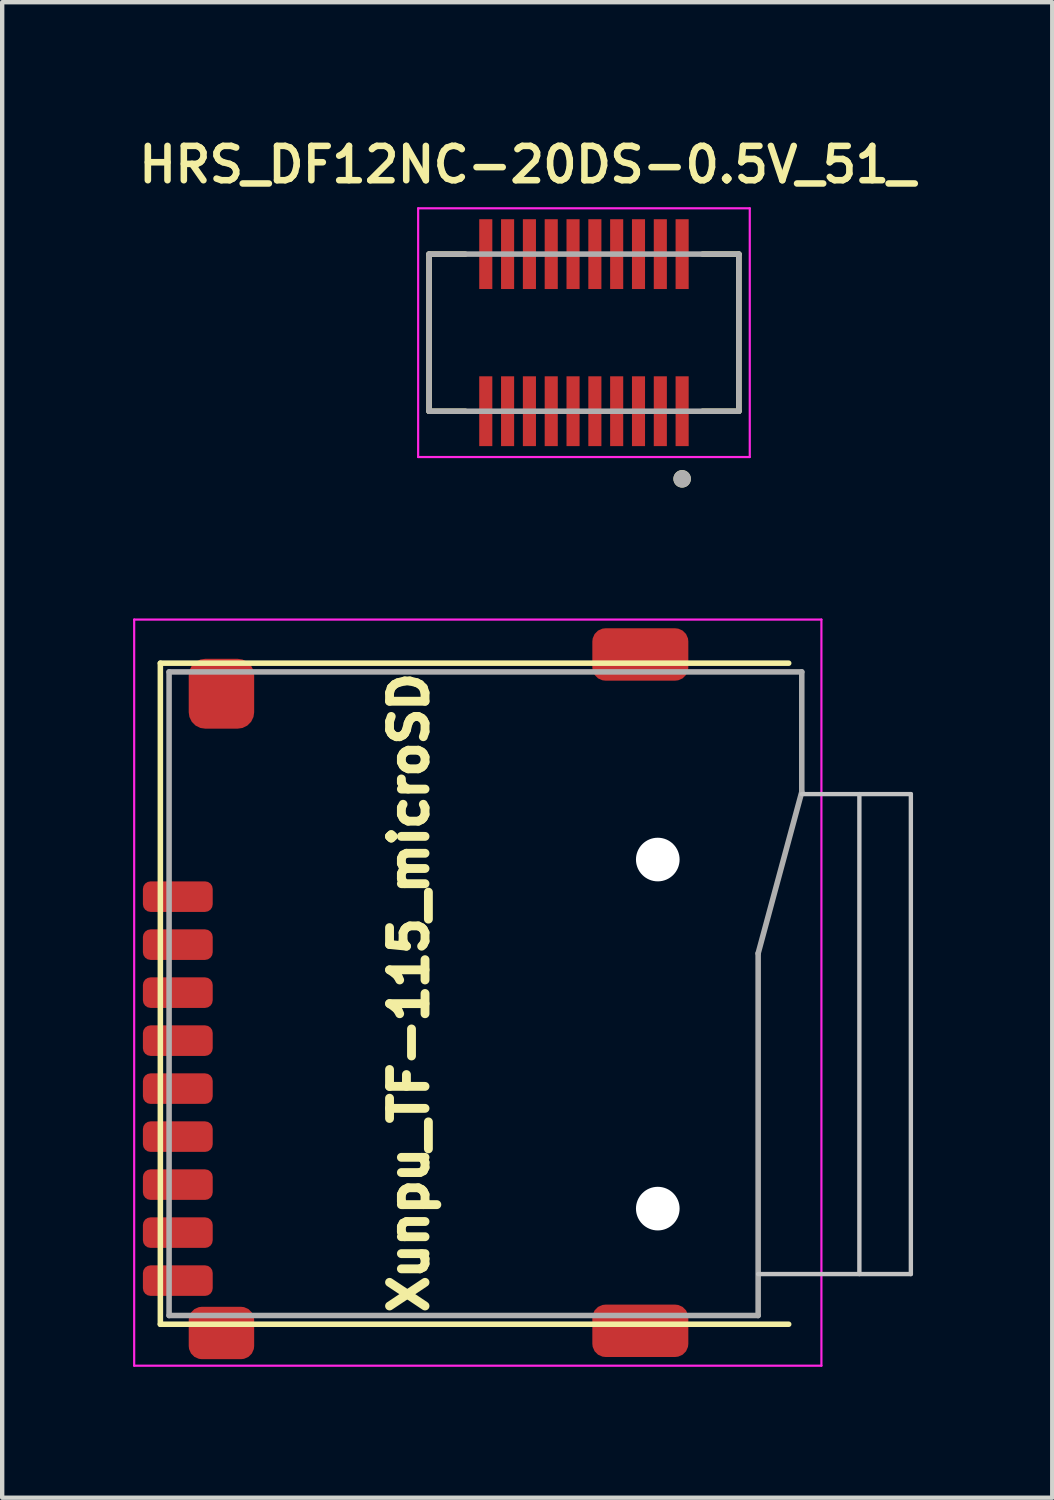
<source format=kicad_pcb>
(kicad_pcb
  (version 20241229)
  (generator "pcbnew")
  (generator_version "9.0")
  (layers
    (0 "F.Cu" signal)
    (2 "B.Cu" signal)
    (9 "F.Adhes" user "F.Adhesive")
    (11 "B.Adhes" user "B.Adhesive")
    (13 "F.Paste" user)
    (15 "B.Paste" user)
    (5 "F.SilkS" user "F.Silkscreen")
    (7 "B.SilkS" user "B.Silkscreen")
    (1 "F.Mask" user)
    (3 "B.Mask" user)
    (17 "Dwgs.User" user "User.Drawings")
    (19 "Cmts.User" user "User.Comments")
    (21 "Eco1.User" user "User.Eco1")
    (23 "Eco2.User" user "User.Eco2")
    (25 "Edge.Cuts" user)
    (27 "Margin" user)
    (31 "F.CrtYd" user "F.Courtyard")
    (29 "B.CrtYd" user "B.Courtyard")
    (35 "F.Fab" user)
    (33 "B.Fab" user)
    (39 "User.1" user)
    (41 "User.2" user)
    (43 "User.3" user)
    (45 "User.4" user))
  (footprint "HRS_DF12NC-20DS-0.5V_51_"
    (layer "F.Cu")
    (at 10.333 4.574)
    (property "Reference" "HRS_DF12NC-20DS-0.5V_51_" (at -1.3 -3.85 0) (layer "F.SilkS") (effects (font (size 0.787 0.787) (thickness 0.15))))
    (attr smd)
    (fp_poly (pts (xy -2.45 -2.65) (xy -2.05 -2.65) (xy -2.05 -0.95) (xy -2.45 -0.95)) (stroke (width 0.01) (type solid)) (fill yes) (layer "F.Mask"))
    (fp_poly (pts (xy -2.45 0.95) (xy -2.05 0.95) (xy -2.05 2.65) (xy -2.45 2.65)) (stroke (width 0.01) (type solid)) (fill yes) (layer "F.Mask"))
    (fp_poly (pts (xy -1.95 -2.65) (xy -1.55 -2.65) (xy -1.55 -0.95) (xy -1.95 -0.95)) (stroke (width 0.01) (type solid)) (fill yes) (layer "F.Mask"))
    (fp_poly (pts (xy -1.95 0.95) (xy -1.55 0.95) (xy -1.55 2.65) (xy -1.95 2.65)) (stroke (width 0.01) (type solid)) (fill yes) (layer "F.Mask"))
    (fp_poly (pts (xy -1.45 -2.65) (xy -1.05 -2.65) (xy -1.05 -0.95) (xy -1.45 -0.95)) (stroke (width 0.01) (type solid)) (fill yes) (layer "F.Mask"))
    (fp_poly (pts (xy -1.45 0.95) (xy -1.05 0.95) (xy -1.05 2.65) (xy -1.45 2.65)) (stroke (width 0.01) (type solid)) (fill yes) (layer "F.Mask"))
    (fp_poly (pts (xy -0.95 -2.65) (xy -0.55 -2.65) (xy -0.55 -0.95) (xy -0.95 -0.95)) (stroke (width 0.01) (type solid)) (fill yes) (layer "F.Mask"))
    (fp_poly (pts (xy -0.95 0.95) (xy -0.55 0.95) (xy -0.55 2.65) (xy -0.95 2.65)) (stroke (width 0.01) (type solid)) (fill yes) (layer "F.Mask"))
    (fp_poly (pts (xy -0.45 -2.65) (xy -0.05 -2.65) (xy -0.05 -0.95) (xy -0.45 -0.95)) (stroke (width 0.01) (type solid)) (fill yes) (layer "F.Mask"))
    (fp_poly (pts (xy -0.45 0.95) (xy -0.05 0.95) (xy -0.05 2.65) (xy -0.45 2.65)) (stroke (width 0.01) (type solid)) (fill yes) (layer "F.Mask"))
    (fp_poly (pts (xy 0.05 -2.65) (xy 0.45 -2.65) (xy 0.45 -0.95) (xy 0.05 -0.95)) (stroke (width 0.01) (type solid)) (fill yes) (layer "F.Mask"))
    (fp_poly (pts (xy 0.05 0.95) (xy 0.45 0.95) (xy 0.45 2.65) (xy 0.05 2.65)) (stroke (width 0.01) (type solid)) (fill yes) (layer "F.Mask"))
    (fp_poly (pts (xy 0.55 -2.65) (xy 0.95 -2.65) (xy 0.95 -0.95) (xy 0.55 -0.95)) (stroke (width 0.01) (type solid)) (fill yes) (layer "F.Mask"))
    (fp_poly (pts (xy 0.55 0.95) (xy 0.95 0.95) (xy 0.95 2.65) (xy 0.55 2.65)) (stroke (width 0.01) (type solid)) (fill yes) (layer "F.Mask"))
    (fp_poly (pts (xy 1.05 -2.65) (xy 1.45 -2.65) (xy 1.45 -0.95) (xy 1.05 -0.95)) (stroke (width 0.01) (type solid)) (fill yes) (layer "F.Mask"))
    (fp_poly (pts (xy 1.05 0.95) (xy 1.45 0.95) (xy 1.45 2.65) (xy 1.05 2.65)) (stroke (width 0.01) (type solid)) (fill yes) (layer "F.Mask"))
    (fp_poly (pts (xy 1.55 -2.65) (xy 1.95 -2.65) (xy 1.95 -0.95) (xy 1.55 -0.95)) (stroke (width 0.01) (type solid)) (fill yes) (layer "F.Mask"))
    (fp_poly (pts (xy 1.55 0.95) (xy 1.95 0.95) (xy 1.95 2.65) (xy 1.55 2.65)) (stroke (width 0.01) (type solid)) (fill yes) (layer "F.Mask"))
    (fp_poly (pts (xy 2.05 -2.65) (xy 2.45 -2.65) (xy 2.45 -0.95) (xy 2.05 -0.95)) (stroke (width 0.01) (type solid)) (fill yes) (layer "F.Mask"))
    (fp_poly (pts (xy 2.05 0.95) (xy 2.45 0.95) (xy 2.45 2.65) (xy 2.05 2.65)) (stroke (width 0.01) (type solid)) (fill yes) (layer "F.Mask"))
    (fp_line (start -3.55 -1.8) (end -3.55 1.8) (stroke (width 0.127) (type solid)) (layer "F.SilkS"))
    (fp_line (start -3.55 1.8) (end -2.72 1.8) (stroke (width 0.127) (type solid)) (layer "F.SilkS"))
    (fp_line (start -2.72 -1.8) (end -3.55 -1.8) (stroke (width 0.127) (type solid)) (layer "F.SilkS"))
    (fp_line (start 2.72 1.8) (end 3.55 1.8) (stroke (width 0.127) (type solid)) (layer "F.SilkS"))
    (fp_line (start 3.55 -1.8) (end 2.72 -1.8) (stroke (width 0.127) (type solid)) (layer "F.SilkS"))
    (fp_line (start 3.55 1.8) (end 3.55 -1.8) (stroke (width 0.127) (type solid)) (layer "F.SilkS"))
    (fp_circle (center 2.25 3.35) (end 2.35 3.35) (stroke (width 0.2) (type solid)) (fill no) (layer "F.SilkS"))
    (fp_poly (pts (xy -2.39 -2.6) (xy -2.11 -2.6) (xy -2.11 -1.4) (xy -2.39 -1.4)) (stroke (width 0.01) (type solid)) (fill yes) (layer "F.Paste"))
    (fp_poly (pts (xy -2.39 1.4) (xy -2.11 1.4) (xy -2.11 2.6) (xy -2.39 2.6)) (stroke (width 0.01) (type solid)) (fill yes) (layer "F.Paste"))
    (fp_poly (pts (xy -1.89 -2.6) (xy -1.61 -2.6) (xy -1.61 -1.4) (xy -1.89 -1.4)) (stroke (width 0.01) (type solid)) (fill yes) (layer "F.Paste"))
    (fp_poly (pts (xy -1.89 1.4) (xy -1.61 1.4) (xy -1.61 2.6) (xy -1.89 2.6)) (stroke (width 0.01) (type solid)) (fill yes) (layer "F.Paste"))
    (fp_poly (pts (xy -1.39 -2.6) (xy -1.11 -2.6) (xy -1.11 -1.4) (xy -1.39 -1.4)) (stroke (width 0.01) (type solid)) (fill yes) (layer "F.Paste"))
    (fp_poly (pts (xy -1.39 1.4) (xy -1.11 1.4) (xy -1.11 2.6) (xy -1.39 2.6)) (stroke (width 0.01) (type solid)) (fill yes) (layer "F.Paste"))
    (fp_poly (pts (xy -0.89 -2.6) (xy -0.61 -2.6) (xy -0.61 -1.4) (xy -0.89 -1.4)) (stroke (width 0.01) (type solid)) (fill yes) (layer "F.Paste"))
    (fp_poly (pts (xy -0.89 1.4) (xy -0.61 1.4) (xy -0.61 2.6) (xy -0.89 2.6)) (stroke (width 0.01) (type solid)) (fill yes) (layer "F.Paste"))
    (fp_poly (pts (xy -0.39 -2.6) (xy -0.11 -2.6) (xy -0.11 -1.4) (xy -0.39 -1.4)) (stroke (width 0.01) (type solid)) (fill yes) (layer "F.Paste"))
    (fp_poly (pts (xy -0.39 1.4) (xy -0.11 1.4) (xy -0.11 2.6) (xy -0.39 2.6)) (stroke (width 0.01) (type solid)) (fill yes) (layer "F.Paste"))
    (fp_poly (pts (xy 0.11 -2.6) (xy 0.39 -2.6) (xy 0.39 -1.4) (xy 0.11 -1.4)) (stroke (width 0.01) (type solid)) (fill yes) (layer "F.Paste"))
    (fp_poly (pts (xy 0.11 1.4) (xy 0.39 1.4) (xy 0.39 2.6) (xy 0.11 2.6)) (stroke (width 0.01) (type solid)) (fill yes) (layer "F.Paste"))
    (fp_poly (pts (xy 0.61 -2.6) (xy 0.89 -2.6) (xy 0.89 -1.4) (xy 0.61 -1.4)) (stroke (width 0.01) (type solid)) (fill yes) (layer "F.Paste"))
    (fp_poly (pts (xy 0.61 1.4) (xy 0.89 1.4) (xy 0.89 2.6) (xy 0.61 2.6)) (stroke (width 0.01) (type solid)) (fill yes) (layer "F.Paste"))
    (fp_poly (pts (xy 1.11 -2.6) (xy 1.39 -2.6) (xy 1.39 -1.4) (xy 1.11 -1.4)) (stroke (width 0.01) (type solid)) (fill yes) (layer "F.Paste"))
    (fp_poly (pts (xy 1.11 1.4) (xy 1.39 1.4) (xy 1.39 2.6) (xy 1.11 2.6)) (stroke (width 0.01) (type solid)) (fill yes) (layer "F.Paste"))
    (fp_poly (pts (xy 1.61 -2.6) (xy 1.89 -2.6) (xy 1.89 -1.4) (xy 1.61 -1.4)) (stroke (width 0.01) (type solid)) (fill yes) (layer "F.Paste"))
    (fp_poly (pts (xy 1.61 1.4) (xy 1.89 1.4) (xy 1.89 2.6) (xy 1.61 2.6)) (stroke (width 0.01) (type solid)) (fill yes) (layer "F.Paste"))
    (fp_poly (pts (xy 2.11 -2.6) (xy 2.39 -2.6) (xy 2.39 -1.4) (xy 2.11 -1.4)) (stroke (width 0.01) (type solid)) (fill yes) (layer "F.Paste"))
    (fp_poly (pts (xy 2.11 1.4) (xy 2.39 1.4) (xy 2.39 2.6) (xy 2.11 2.6)) (stroke (width 0.01) (type solid)) (fill yes) (layer "F.Paste"))
    (fp_line (start -3.8 -2.85) (end -3.8 2.85) (stroke (width 0.05) (type solid)) (layer "F.CrtYd"))
    (fp_line (start -3.8 2.85) (end 3.8 2.85) (stroke (width 0.05) (type solid)) (layer "F.CrtYd"))
    (fp_line (start 3.8 -2.85) (end -3.8 -2.85) (stroke (width 0.05) (type solid)) (layer "F.CrtYd"))
    (fp_line (start 3.8 2.85) (end 3.8 -2.85) (stroke (width 0.05) (type solid)) (layer "F.CrtYd"))
    (fp_line (start -3.55 -1.8) (end -3.55 1.8) (stroke (width 0.127) (type solid)) (layer "F.Fab"))
    (fp_line (start -3.55 1.8) (end 3.55 1.8) (stroke (width 0.127) (type solid)) (layer "F.Fab"))
    (fp_line (start 3.55 -1.8) (end -3.55 -1.8) (stroke (width 0.127) (type solid)) (layer "F.Fab"))
    (fp_line (start 3.55 1.8) (end 3.55 -1.8) (stroke (width 0.127) (type solid)) (layer "F.Fab"))
    (fp_circle (center 2.25 3.35) (end 2.35 3.35) (stroke (width 0.2) (type solid)) (fill no) (layer "F.Fab"))
    (pad "1" smd rect (at 2.25 1.8) (size 0.3 1.6) (layers "F.Cu"))
    (pad "2" smd rect (at 2.25 -1.8) (size 0.3 1.6) (layers "F.Cu"))
    (pad "3" smd rect (at 1.75 1.8) (size 0.3 1.6) (layers "F.Cu"))
    (pad "4" smd rect (at 1.75 -1.8) (size 0.3 1.6) (layers "F.Cu"))
    (pad "5" smd rect (at 1.25 1.8) (size 0.3 1.6) (layers "F.Cu"))
    (pad "6" smd rect (at 1.25 -1.8) (size 0.3 1.6) (layers "F.Cu"))
    (pad "7" smd rect (at 0.75 1.8) (size 0.3 1.6) (layers "F.Cu"))
    (pad "8" smd rect (at 0.75 -1.8) (size 0.3 1.6) (layers "F.Cu"))
    (pad "9" smd rect (at 0.25 1.8) (size 0.3 1.6) (layers "F.Cu"))
    (pad "10" smd rect (at 0.25 -1.8) (size 0.3 1.6) (layers "F.Cu"))
    (pad "11" smd rect (at -0.25 1.8) (size 0.3 1.6) (layers "F.Cu"))
    (pad "12" smd rect (at -0.25 -1.8) (size 0.3 1.6) (layers "F.Cu"))
    (pad "13" smd rect (at -0.75 1.8) (size 0.3 1.6) (layers "F.Cu"))
    (pad "14" smd rect (at -0.75 -1.8) (size 0.3 1.6) (layers "F.Cu"))
    (pad "15" smd rect (at -1.25 1.8) (size 0.3 1.6) (layers "F.Cu"))
    (pad "16" smd rect (at -1.25 -1.8) (size 0.3 1.6) (layers "F.Cu"))
    (pad "17" smd rect (at -1.75 1.8) (size 0.3 1.6) (layers "F.Cu"))
    (pad "18" smd rect (at -1.75 -1.8) (size 0.3 1.6) (layers "F.Cu"))
    (pad "19" smd rect (at -2.25 1.8) (size 0.3 1.6) (layers "F.Cu"))
    (pad "20" smd rect (at -2.25 -1.8) (size 0.3 1.6) (layers "F.Cu"))
    (zone (net_name "") (layer "F.Cu") (hatch full 0.508) (connect_pads) (min_thickness 0.01) (filled_areas_thickness no) (keepout (tracks not_allowed) (vias not_allowed) (pads not_allowed) (copperpour not_allowed) (footprints allowed)) (placement (enabled no)) (fill) (polygon (pts (xy 7.933 3.574) (xy 12.733 3.574) (xy 12.733 5.574) (xy 7.933 5.574))))
    (zone (net_name "") (layers "F.Cu" "B.Cu") (hatch full 0.508) (connect_pads) (min_thickness 0.01) (filled_areas_thickness no) (keepout (tracks allowed) (vias not_allowed) (pads allowed) (copperpour allowed) (footprints allowed)) (placement (enabled no)) (fill) (polygon (pts (xy 7.933 3.574) (xy 12.733 3.574) (xy 12.733 5.574) (xy 7.933 5.574)))))
  (footprint "Xunpu_TF-115_microSD"
    (layer "F.Cu")
    (at 8.875 19.699)
    (property "Reference" "Xunpu_TF-115_microSD" (at -2.55 0 90) (layer "F.SilkS") (effects (font (size 0.813 0.813) (thickness 0.203))))
    (attr smd)
    (fp_line (start -8.25 -7.55) (end 6.15 -7.55) (stroke (width 0.127) (type solid)) (layer "F.SilkS"))
    (fp_line (start -8.25 7.6) (end -8.25 -7.55) (stroke (width 0.127) (type solid)) (layer "F.SilkS"))
    (fp_line (start -8.25 7.6) (end 6.15 7.6) (stroke (width 0.127) (type solid)) (layer "F.SilkS"))
    (fp_line (start 6.45 -4.55) (end 8.95 -4.55) (stroke (width 0.1) (type default)) (layer "Dwgs.User"))
    (fp_line (start 7.77 -4.55) (end 7.77 6.45) (stroke (width 0.1) (type default)) (layer "Dwgs.User"))
    (fp_line (start 8.95 6.45) (end 5.45 6.45) (stroke (width 0.1) (type default)) (layer "Dwgs.User"))
    (fp_line (start 8.95 6.45) (end 8.95 -4.55) (stroke (width 0.1) (type default)) (layer "Dwgs.User"))
    (fp_line (start -8.85 -8.55) (end -8.85 8.55) (stroke (width 0.05) (type solid)) (layer "F.CrtYd"))
    (fp_line (start -8.85 -8.55) (end 6.9 -8.55) (stroke (width 0.05) (type solid)) (layer "F.CrtYd"))
    (fp_line (start -8.85 8.55) (end 6.9 8.55) (stroke (width 0.05) (type solid)) (layer "F.CrtYd"))
    (fp_line (start 6.9 8.55) (end 6.9 -8.55) (stroke (width 0.05) (type solid)) (layer "F.CrtYd"))
    (fp_line (start -8.05 -7.35) (end 6.45 -7.35) (stroke (width 0.127) (type solid)) (layer "F.Fab"))
    (fp_line (start -8.05 7.4) (end -8.05 -7.35) (stroke (width 0.127) (type solid)) (layer "F.Fab"))
    (fp_line (start -8.05 7.4) (end 5.45 7.4) (stroke (width 0.127) (type solid)) (layer "F.Fab"))
    (fp_line (start 5.45 -0.9) (end 5.45 7.4) (stroke (width 0.127) (type solid)) (layer "F.Fab"))
    (fp_line (start 6.45 -7.35) (end 6.45 -4.6) (stroke (width 0.127) (type solid)) (layer "F.Fab"))
    (fp_line (start 6.45 -4.6) (end 5.45 -0.9) (stroke (width 0.127) (type solid)) (layer "F.Fab"))
    (pad "" np_thru_hole circle (at 3.15 -3.05 90) (size 1 1) (drill 1) (layers "*.Cu" "*.Mask"))
    (pad "" np_thru_hole circle (at 3.15 4.95 90) (size 1 1) (drill 1) (layers "*.Cu" "*.Mask"))
    (pad "1" smd roundrect (at -7.85 -2.2 90) (size 0.7 1.6) (layers "F.Cu" "F.Mask" "F.Paste") (roundrect_rratio 0.25))
    (pad "2" smd roundrect (at -7.85 -1.1 90) (size 0.7 1.6) (layers "F.Cu" "F.Mask" "F.Paste") (roundrect_rratio 0.25))
    (pad "3" smd roundrect (at -7.85 0 90) (size 0.7 1.6) (layers "F.Cu" "F.Mask" "F.Paste") (roundrect_rratio 0.25))
    (pad "4" smd roundrect (at -7.85 1.1 90) (size 0.7 1.6) (layers "F.Cu" "F.Mask" "F.Paste") (roundrect_rratio 0.25))
    (pad "5" smd roundrect (at -7.85 2.2 90) (size 0.7 1.6) (layers "F.Cu" "F.Mask" "F.Paste") (roundrect_rratio 0.25))
    (pad "6" smd roundrect (at -7.85 3.3 90) (size 0.7 1.6) (layers "F.Cu" "F.Mask" "F.Paste") (roundrect_rratio 0.25))
    (pad "7" smd roundrect (at -7.85 4.4 90) (size 0.7 1.6) (layers "F.Cu" "F.Mask" "F.Paste") (roundrect_rratio 0.25))
    (pad "8" smd roundrect (at -7.85 5.5 90) (size 0.7 1.6) (layers "F.Cu" "F.Mask" "F.Paste") (roundrect_rratio 0.25))
    (pad "9" smd roundrect (at -7.85 6.6 90) (size 0.7 1.6) (layers "F.Cu" "F.Mask" "F.Paste") (roundrect_rratio 0.25))
    (pad "10" smd roundrect (at -6.85 -6.85 90) (size 1.6 1.5) (layers "F.Cu" "F.Mask" "F.Paste") (roundrect_rratio 0.25))
    (pad "10" smd roundrect (at -6.85 7.8 90) (size 1.2 1.5) (layers "F.Cu" "F.Mask" "F.Paste") (roundrect_rratio 0.25))
    (pad "10" smd roundrect (at 2.75 -7.75 90) (size 1.2 2.2) (layers "F.Cu" "F.Mask" "F.Paste") (roundrect_rratio 0.25))
    (pad "10" smd roundrect (at 2.75 7.75 90) (size 1.2 2.2) (layers "F.Cu" "F.Mask" "F.Paste") (roundrect_rratio 0.25)))
  (gr_rect
    (start -3 -3)
    (end 21.065 31.274)
    (stroke (width 0.1) (type default))
    (fill no)
    (layer "Edge.Cuts")))
</source>
